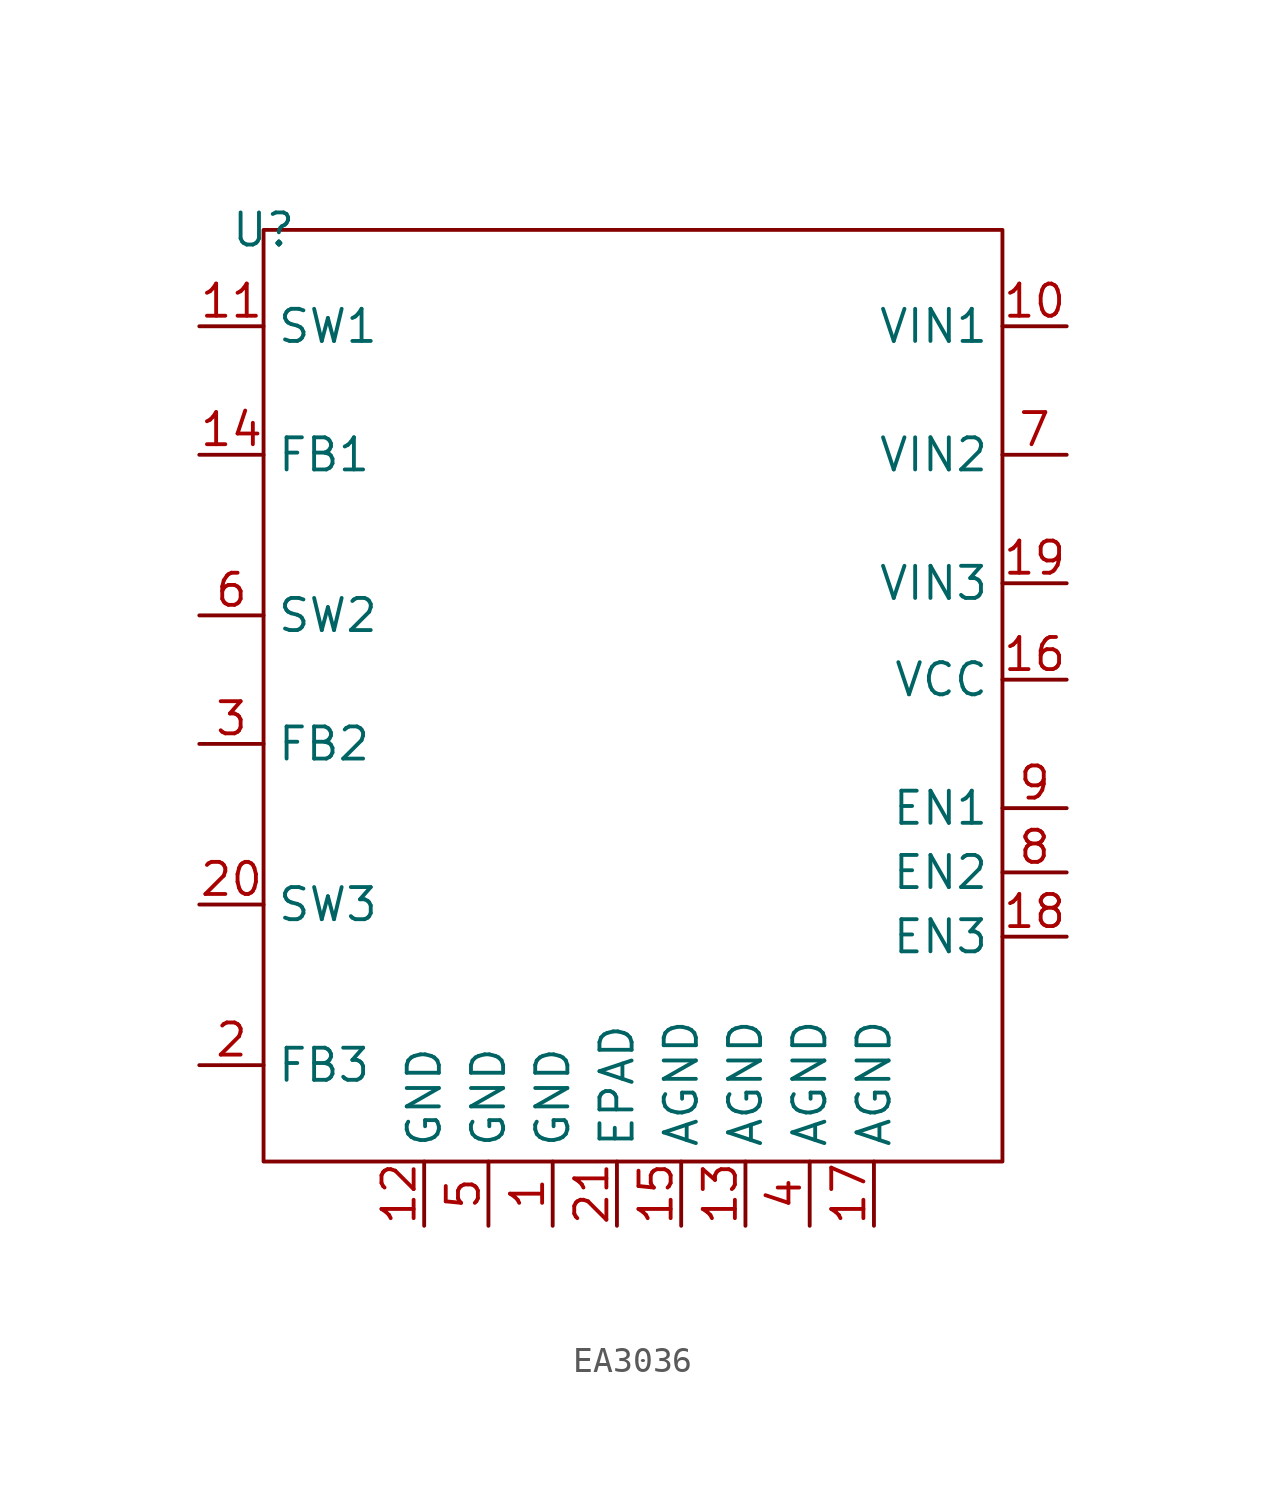
<source format=kicad_sym>
(kicad_symbol_lib
  (version 20220914)
  (generator kicad_symbol_editor)
  (symbol "EA3036"
    (property "Reference" "U"
      (at 0 0 0)
      (effects (font (size 1.27 1.27))))
    (property "Value" ""
      (at 0 0 0)
      (effects (font (size 1.27 1.27))))
    (symbol "EA3036_0_1"
      (rectangle (start 0 0) (end 29.21 -36.83) (stroke (width 0) (type default)) (fill (type none))))
    (symbol "EA3036_1_1"
      (pin power_in line (at 11.43 -39.37 90) (length 2.54) (name "GND" (effects (font (size 1.27 1.27)))) (number "1" (effects (font (size 1.27 1.27)))))
      (pin power_in line (at 31.75 -3.81 180) (length 2.54) (name "VIN1" (effects (font (size 1.27 1.27)))) (number "10" (effects (font (size 1.27 1.27)))))
      (pin power_out line (at -2.54 -3.81 0) (length 2.54) (name "SW1" (effects (font (size 1.27 1.27)))) (number "11" (effects (font (size 1.27 1.27)))))
      (pin power_in line (at 6.35 -39.37 90) (length 2.54) (name "GND" (effects (font (size 1.27 1.27)))) (number "12" (effects (font (size 1.27 1.27)))))
      (pin power_in line (at 19.05 -39.37 90) (length 2.54) (name "AGND" (effects (font (size 1.27 1.27)))) (number "13" (effects (font (size 1.27 1.27)))))
      (pin power_out line (at -2.54 -8.89 0) (length 2.54) (name "FB1" (effects (font (size 1.27 1.27)))) (number "14" (effects (font (size 1.27 1.27)))))
      (pin power_in line (at 16.51 -39.37 90) (length 2.54) (name "AGND" (effects (font (size 1.27 1.27)))) (number "15" (effects (font (size 1.27 1.27)))))
      (pin power_in line (at 31.75 -17.78 180) (length 2.54) (name "VCC" (effects (font (size 1.27 1.27)))) (number "16" (effects (font (size 1.27 1.27)))))
      (pin power_in line (at 24.13 -39.37 90) (length 2.54) (name "AGND" (effects (font (size 1.27 1.27)))) (number "17" (effects (font (size 1.27 1.27)))))
      (pin power_in line (at 31.75 -27.94 180) (length 2.54) (name "EN3" (effects (font (size 1.27 1.27)))) (number "18" (effects (font (size 1.27 1.27)))))
      (pin power_in line (at 31.75 -13.97 180) (length 2.54) (name "VIN3" (effects (font (size 1.27 1.27)))) (number "19" (effects (font (size 1.27 1.27)))))
      (pin power_out line (at -2.54 -33.02 0) (length 2.54) (name "FB3" (effects (font (size 1.27 1.27)))) (number "2" (effects (font (size 1.27 1.27)))))
      (pin power_out line (at -2.54 -26.67 0) (length 2.54) (name "SW3" (effects (font (size 1.27 1.27)))) (number "20" (effects (font (size 1.27 1.27)))))
      (pin power_in line (at 13.97 -39.37 90) (length 2.54) (name "EPAD" (effects (font (size 1.27 1.27)))) (number "21" (effects (font (size 1.27 1.27)))))
      (pin power_out line (at -2.54 -20.32 0) (length 2.54) (name "FB2" (effects (font (size 1.27 1.27)))) (number "3" (effects (font (size 1.27 1.27)))))
      (pin power_in line (at 21.59 -39.37 90) (length 2.54) (name "AGND" (effects (font (size 1.27 1.27)))) (number "4" (effects (font (size 1.27 1.27)))))
      (pin power_in line (at 8.89 -39.37 90) (length 2.54) (name "GND" (effects (font (size 1.27 1.27)))) (number "5" (effects (font (size 1.27 1.27)))))
      (pin power_out line (at -2.54 -15.24 0) (length 2.54) (name "SW2" (effects (font (size 1.27 1.27)))) (number "6" (effects (font (size 1.27 1.27)))))
      (pin power_in line (at 31.75 -8.89 180) (length 2.54) (name "VIN2" (effects (font (size 1.27 1.27)))) (number "7" (effects (font (size 1.27 1.27)))))
      (pin power_in line (at 31.75 -25.4 180) (length 2.54) (name "EN2" (effects (font (size 1.27 1.27)))) (number "8" (effects (font (size 1.27 1.27)))))
      (pin power_in line (at 31.75 -22.86 180) (length 2.54) (name "EN1" (effects (font (size 1.27 1.27)))) (number "9" (effects (font (size 1.27 1.27))))))))
</source>
